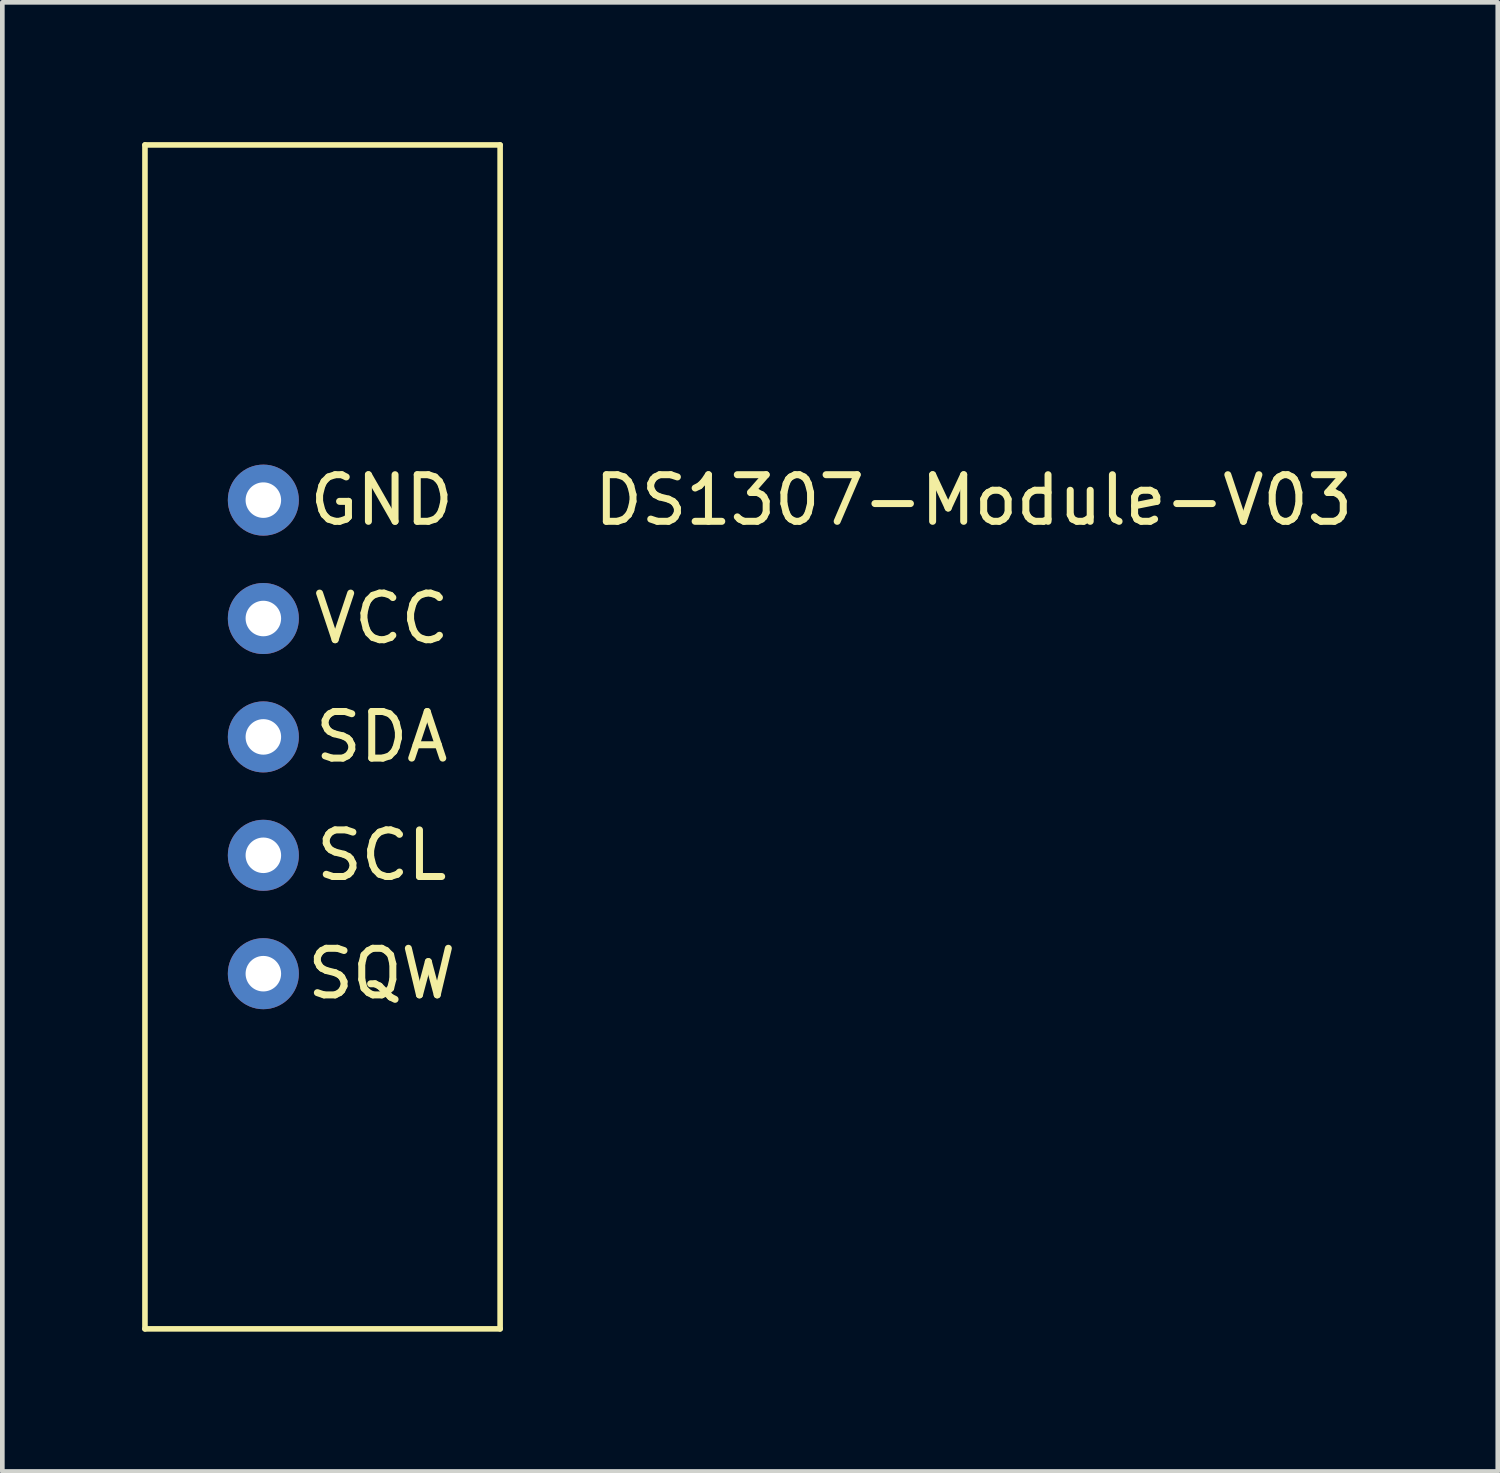
<source format=kicad_pcb>
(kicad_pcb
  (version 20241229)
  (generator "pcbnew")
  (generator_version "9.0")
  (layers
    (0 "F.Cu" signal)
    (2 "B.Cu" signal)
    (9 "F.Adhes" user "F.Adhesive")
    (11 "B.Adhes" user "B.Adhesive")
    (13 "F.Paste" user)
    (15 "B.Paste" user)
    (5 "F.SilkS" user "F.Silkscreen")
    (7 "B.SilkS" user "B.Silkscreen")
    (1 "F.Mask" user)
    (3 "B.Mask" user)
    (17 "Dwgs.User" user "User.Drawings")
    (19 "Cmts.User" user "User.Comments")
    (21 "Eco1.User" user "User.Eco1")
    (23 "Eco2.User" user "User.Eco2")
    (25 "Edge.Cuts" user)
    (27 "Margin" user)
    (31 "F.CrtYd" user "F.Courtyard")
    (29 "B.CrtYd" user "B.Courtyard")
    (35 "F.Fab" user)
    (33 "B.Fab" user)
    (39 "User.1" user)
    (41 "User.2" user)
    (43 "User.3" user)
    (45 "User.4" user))
  (footprint "DS1307-Module-V03"
    (layer "F.Cu")
    (at 7.68 12.76)
    (property "Reference" "DS1307-Module-V03" (at 10.16 -5.08 0) (layer "F.SilkS") (effects (font (size 1 1) (thickness 0.15))))
    (attr through_hole)
    (fp_line (start -7.62 -12.7) (end 0 -12.7) (stroke (width 0.12) (type solid)) (layer "F.SilkS"))
    (fp_line (start -7.62 12.7) (end -7.62 -12.7) (stroke (width 0.12) (type solid)) (layer "F.SilkS"))
    (fp_line (start 0 -12.7) (end 0 12.7) (stroke (width 0.12) (type solid)) (layer "F.SilkS"))
    (fp_line (start 0 12.7) (end -7.62 12.7) (stroke (width 0.12) (type solid)) (layer "F.SilkS"))
    (fp_text user "SDA" (at -2.54 0 0) (layer "F.SilkS") (effects (font (size 1 1) (thickness 0.15))))
    (fp_text user "SQW" (at -2.54 5.08 0) (layer "F.SilkS") (effects (font (size 1 1) (thickness 0.15))))
    (fp_text user "VCC" (at -2.54 -2.54 0) (layer "F.SilkS") (effects (font (size 1 1) (thickness 0.15))))
    (fp_text user "SCL" (at -2.54 2.54 0) (layer "F.SilkS") (effects (font (size 1 1) (thickness 0.15))))
    (fp_text user "GND" (at -2.54 -5.08 0) (layer "F.SilkS") (effects (font (size 1 1) (thickness 0.15))))
    (pad "4" thru_hole circle (at -5.08 -5.08) (size 1.524 1.524) (drill 0.762) (layers "*.Cu" "*.Mask"))
    (pad "5" thru_hole circle (at -5.08 0) (size 1.524 1.524) (drill 0.762) (layers "*.Cu" "*.Mask"))
    (pad "6" thru_hole circle (at -5.08 2.54) (size 1.524 1.524) (drill 0.762) (layers "*.Cu" "*.Mask"))
    (pad "7" thru_hole circle (at -5.08 5.08) (size 1.524 1.524) (drill 0.762) (layers "*.Cu" "*.Mask"))
    (pad "8" thru_hole circle (at -5.08 -2.54) (size 1.524 1.524) (drill 0.762) (layers "*.Cu" "*.Mask")))
  (gr_rect
    (start -3 -3)
    (end 29.084 28.52)
    (stroke (width 0.1) (type default))
    (fill no)
    (layer "Edge.Cuts")))
</source>
